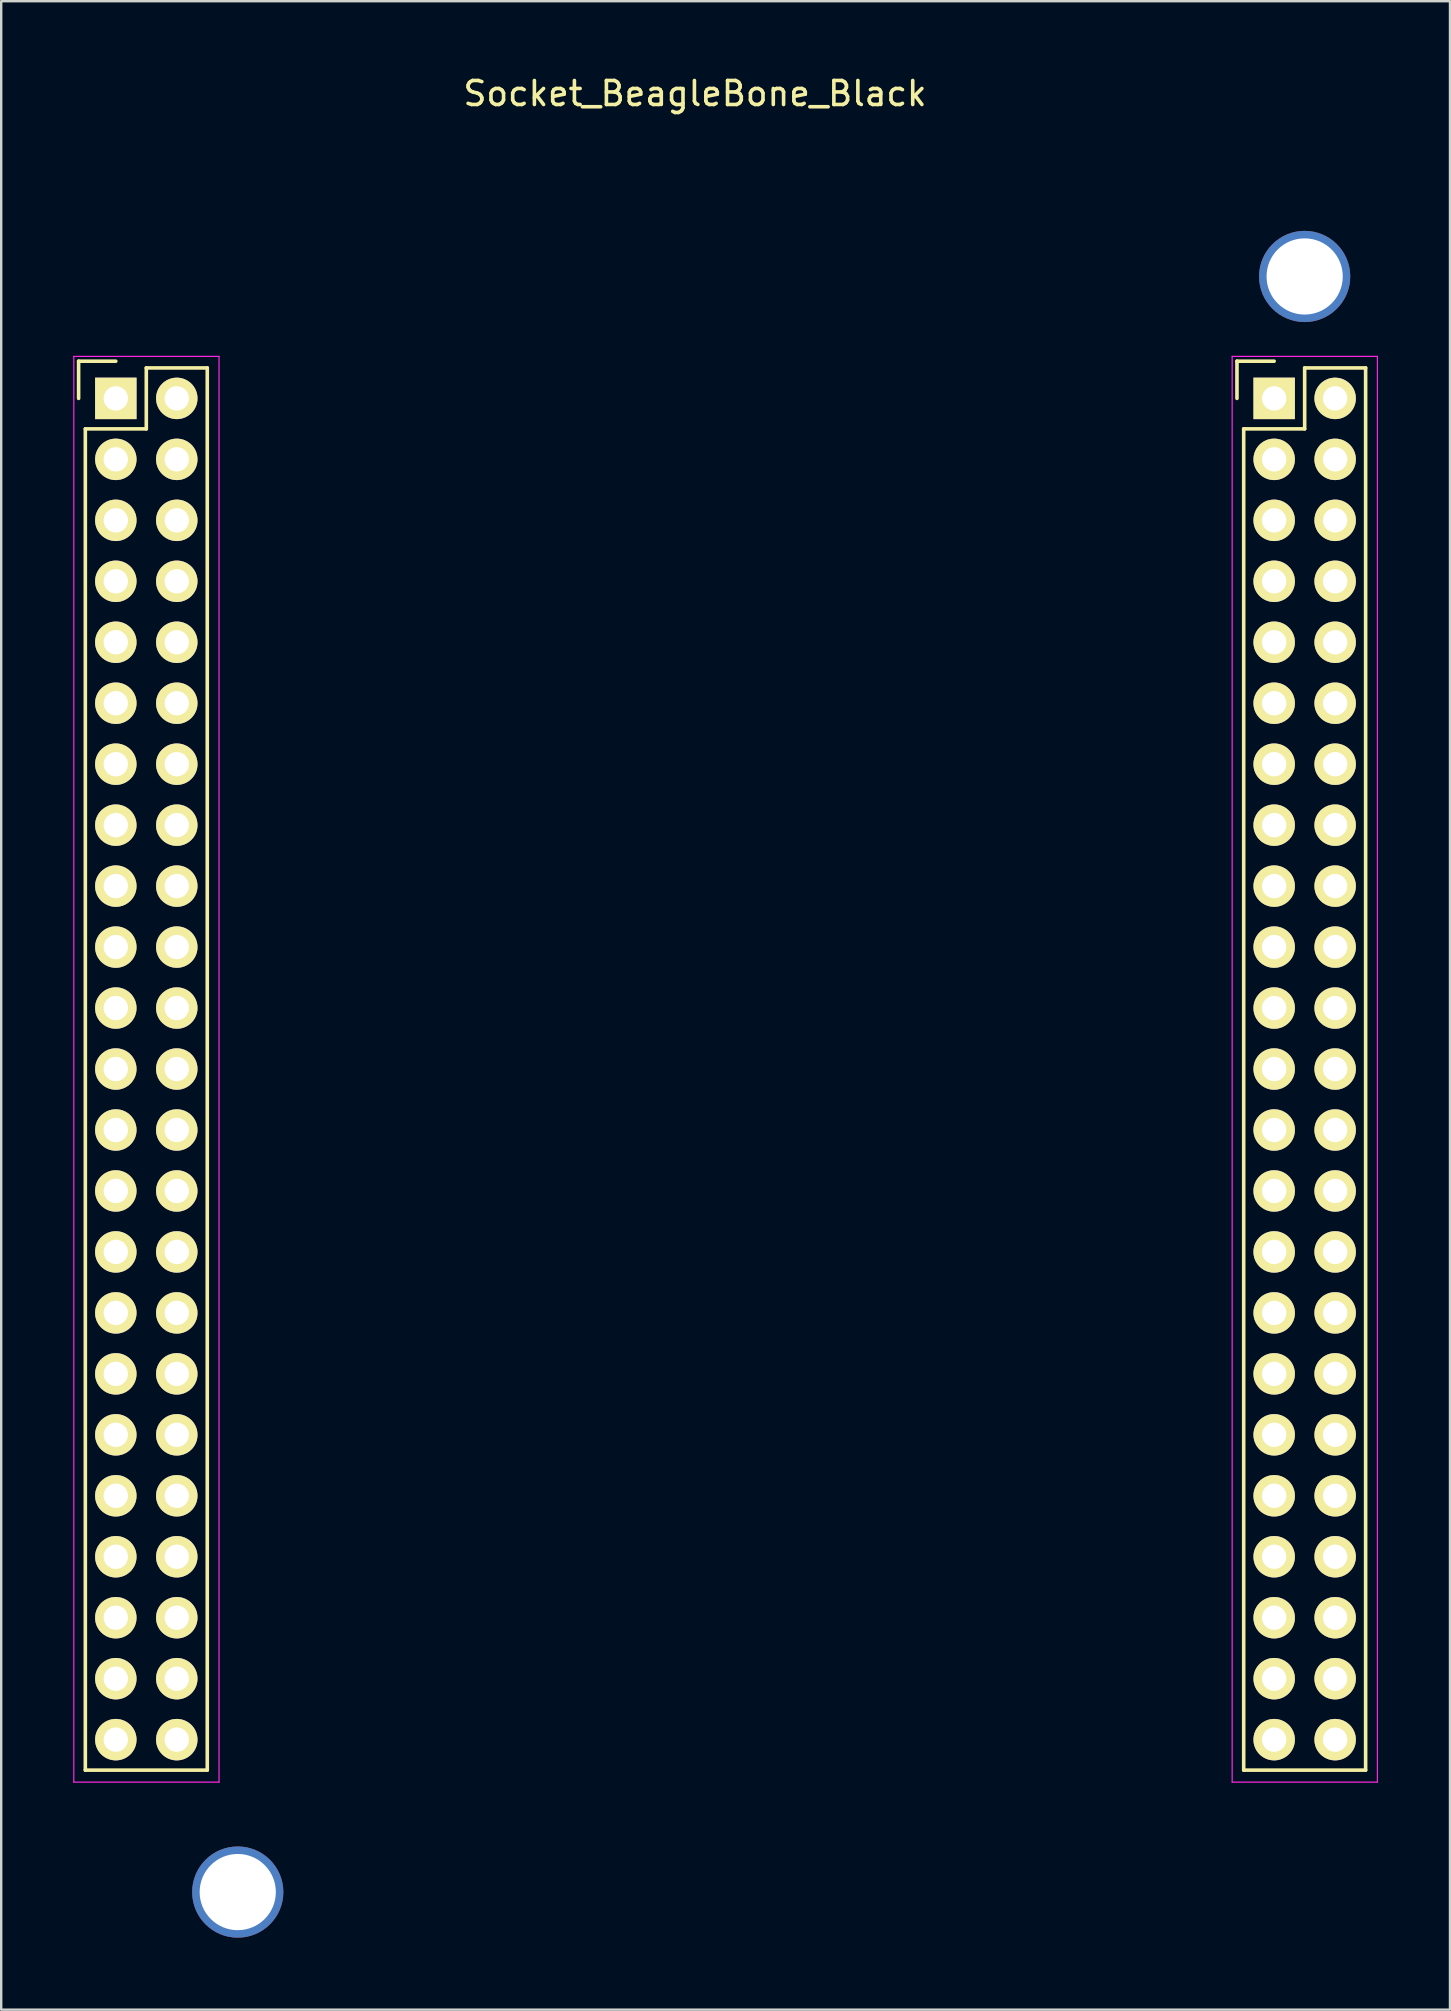
<source format=kicad_pcb>
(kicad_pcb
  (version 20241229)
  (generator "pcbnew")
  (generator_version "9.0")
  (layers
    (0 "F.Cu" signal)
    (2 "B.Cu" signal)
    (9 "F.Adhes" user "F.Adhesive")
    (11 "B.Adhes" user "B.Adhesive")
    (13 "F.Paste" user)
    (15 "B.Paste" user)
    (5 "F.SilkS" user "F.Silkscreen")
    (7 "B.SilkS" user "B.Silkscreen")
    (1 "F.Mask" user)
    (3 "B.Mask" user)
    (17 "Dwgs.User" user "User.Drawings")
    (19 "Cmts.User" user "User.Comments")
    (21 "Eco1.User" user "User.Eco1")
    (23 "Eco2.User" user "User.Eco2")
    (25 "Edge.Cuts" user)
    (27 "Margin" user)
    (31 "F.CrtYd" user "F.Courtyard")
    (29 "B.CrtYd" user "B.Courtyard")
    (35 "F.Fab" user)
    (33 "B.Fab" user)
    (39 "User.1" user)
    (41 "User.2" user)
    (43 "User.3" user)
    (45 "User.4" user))
  (footprint "Socket_BeagleBone_Black"
    (layer "F.Cu")
    (at 1.775 13.548)
    (property "Reference" "Socket_BeagleBone_Black" (at 24.13 -12.7 0) (layer "F.SilkS") (effects (font (size 1 1) (thickness 0.15))))
    (attr through_hole)
    (fp_line (start -1.55 -1.55) (end -1.55 0) (stroke (width 0.15) (type solid)) (layer "F.SilkS"))
    (fp_line (start -1.27 57.15) (end -1.27 1.27) (stroke (width 0.15) (type solid)) (layer "F.SilkS"))
    (fp_line (start 0 -1.55) (end -1.55 -1.55) (stroke (width 0.15) (type solid)) (layer "F.SilkS"))
    (fp_line (start 1.27 -1.27) (end 1.27 1.27) (stroke (width 0.15) (type solid)) (layer "F.SilkS"))
    (fp_line (start 1.27 1.27) (end -1.27 1.27) (stroke (width 0.15) (type solid)) (layer "F.SilkS"))
    (fp_line (start 3.81 -1.27) (end 1.27 -1.27) (stroke (width 0.15) (type solid)) (layer "F.SilkS"))
    (fp_line (start 3.81 57.15) (end -1.27 57.15) (stroke (width 0.15) (type solid)) (layer "F.SilkS"))
    (fp_line (start 3.81 57.15) (end 3.81 -1.27) (stroke (width 0.15) (type solid)) (layer "F.SilkS"))
    (fp_line (start 46.71 -1.55) (end 46.71 0) (stroke (width 0.15) (type solid)) (layer "F.SilkS"))
    (fp_line (start 46.99 57.15) (end 46.99 1.27) (stroke (width 0.15) (type solid)) (layer "F.SilkS"))
    (fp_line (start 48.26 -1.55) (end 46.71 -1.55) (stroke (width 0.15) (type solid)) (layer "F.SilkS"))
    (fp_line (start 49.53 -1.27) (end 49.53 1.27) (stroke (width 0.15) (type solid)) (layer "F.SilkS"))
    (fp_line (start 49.53 1.27) (end 46.99 1.27) (stroke (width 0.15) (type solid)) (layer "F.SilkS"))
    (fp_line (start 52.07 -1.27) (end 49.53 -1.27) (stroke (width 0.15) (type solid)) (layer "F.SilkS"))
    (fp_line (start 52.07 57.15) (end 46.99 57.15) (stroke (width 0.15) (type solid)) (layer "F.SilkS"))
    (fp_line (start 52.07 57.15) (end 52.07 -1.27) (stroke (width 0.15) (type solid)) (layer "F.SilkS"))
    (fp_line (start -1.75 -1.75) (end -1.75 57.65) (stroke (width 0.05) (type solid)) (layer "F.CrtYd"))
    (fp_line (start -1.75 -1.75) (end 4.3 -1.75) (stroke (width 0.05) (type solid)) (layer "F.CrtYd"))
    (fp_line (start -1.75 57.65) (end 4.3 57.65) (stroke (width 0.05) (type solid)) (layer "F.CrtYd"))
    (fp_line (start 4.3 -1.75) (end 4.3 57.65) (stroke (width 0.05) (type solid)) (layer "F.CrtYd"))
    (fp_line (start 46.51 -1.75) (end 46.51 57.65) (stroke (width 0.05) (type solid)) (layer "F.CrtYd"))
    (fp_line (start 46.51 -1.75) (end 52.56 -1.75) (stroke (width 0.05) (type solid)) (layer "F.CrtYd"))
    (fp_line (start 46.51 57.65) (end 52.56 57.65) (stroke (width 0.05) (type solid)) (layer "F.CrtYd"))
    (fp_line (start 52.56 -1.75) (end 52.56 57.65) (stroke (width 0.05) (type solid)) (layer "F.CrtYd"))
    (pad "" np_thru_hole circle (at 5.08 62.23) (size 3.8 3.8) (drill 3.175) (layers "*.Cu" "*.Mask"))
    (pad "" np_thru_hole circle (at 49.53 -5.08) (size 3.8 3.8) (drill 3.175) (layers "*.Cu" "*.Mask"))
    (pad "1" thru_hole rect (at 0 0) (size 1.727 1.727) (drill 1.016) (layers "*.Cu" "*.Mask" "F.SilkS"))
    (pad "2" thru_hole oval (at 2.54 0) (size 1.727 1.727) (drill 1.016) (layers "*.Cu" "*.Mask" "F.SilkS"))
    (pad "3" thru_hole oval (at 0 2.54) (size 1.727 1.727) (drill 1.016) (layers "*.Cu" "*.Mask" "F.SilkS"))
    (pad "4" thru_hole oval (at 2.54 2.54) (size 1.727 1.727) (drill 1.016) (layers "*.Cu" "*.Mask" "F.SilkS"))
    (pad "5" thru_hole oval (at 0 5.08) (size 1.727 1.727) (drill 1.016) (layers "*.Cu" "*.Mask" "F.SilkS"))
    (pad "6" thru_hole oval (at 2.54 5.08) (size 1.727 1.727) (drill 1.016) (layers "*.Cu" "*.Mask" "F.SilkS"))
    (pad "7" thru_hole oval (at 0 7.62) (size 1.727 1.727) (drill 1.016) (layers "*.Cu" "*.Mask" "F.SilkS"))
    (pad "8" thru_hole oval (at 2.54 7.62) (size 1.727 1.727) (drill 1.016) (layers "*.Cu" "*.Mask" "F.SilkS"))
    (pad "9" thru_hole oval (at 0 10.16) (size 1.727 1.727) (drill 1.016) (layers "*.Cu" "*.Mask" "F.SilkS"))
    (pad "10" thru_hole oval (at 2.54 10.16) (size 1.727 1.727) (drill 1.016) (layers "*.Cu" "*.Mask" "F.SilkS"))
    (pad "11" thru_hole oval (at 0 12.7) (size 1.727 1.727) (drill 1.016) (layers "*.Cu" "*.Mask" "F.SilkS"))
    (pad "12" thru_hole oval (at 2.54 12.7) (size 1.727 1.727) (drill 1.016) (layers "*.Cu" "*.Mask" "F.SilkS"))
    (pad "13" thru_hole oval (at 0 15.24) (size 1.727 1.727) (drill 1.016) (layers "*.Cu" "*.Mask" "F.SilkS"))
    (pad "14" thru_hole oval (at 2.54 15.24) (size 1.727 1.727) (drill 1.016) (layers "*.Cu" "*.Mask" "F.SilkS"))
    (pad "15" thru_hole oval (at 0 17.78) (size 1.727 1.727) (drill 1.016) (layers "*.Cu" "*.Mask" "F.SilkS"))
    (pad "16" thru_hole oval (at 2.54 17.78) (size 1.727 1.727) (drill 1.016) (layers "*.Cu" "*.Mask" "F.SilkS"))
    (pad "17" thru_hole oval (at 0 20.32) (size 1.727 1.727) (drill 1.016) (layers "*.Cu" "*.Mask" "F.SilkS"))
    (pad "18" thru_hole oval (at 2.54 20.32) (size 1.727 1.727) (drill 1.016) (layers "*.Cu" "*.Mask" "F.SilkS"))
    (pad "19" thru_hole oval (at 0 22.86) (size 1.727 1.727) (drill 1.016) (layers "*.Cu" "*.Mask" "F.SilkS"))
    (pad "20" thru_hole oval (at 2.54 22.86) (size 1.727 1.727) (drill 1.016) (layers "*.Cu" "*.Mask" "F.SilkS"))
    (pad "21" thru_hole oval (at 0 25.4) (size 1.727 1.727) (drill 1.016) (layers "*.Cu" "*.Mask" "F.SilkS"))
    (pad "22" thru_hole oval (at 2.54 25.4) (size 1.727 1.727) (drill 1.016) (layers "*.Cu" "*.Mask" "F.SilkS"))
    (pad "23" thru_hole oval (at 0 27.94) (size 1.727 1.727) (drill 1.016) (layers "*.Cu" "*.Mask" "F.SilkS"))
    (pad "24" thru_hole oval (at 2.54 27.94) (size 1.727 1.727) (drill 1.016) (layers "*.Cu" "*.Mask" "F.SilkS"))
    (pad "25" thru_hole oval (at 0 30.48) (size 1.727 1.727) (drill 1.016) (layers "*.Cu" "*.Mask" "F.SilkS"))
    (pad "26" thru_hole oval (at 2.54 30.48) (size 1.727 1.727) (drill 1.016) (layers "*.Cu" "*.Mask" "F.SilkS"))
    (pad "27" thru_hole oval (at 0 33.02) (size 1.727 1.727) (drill 1.016) (layers "*.Cu" "*.Mask" "F.SilkS"))
    (pad "28" thru_hole oval (at 2.54 33.02) (size 1.727 1.727) (drill 1.016) (layers "*.Cu" "*.Mask" "F.SilkS"))
    (pad "29" thru_hole oval (at 0 35.56) (size 1.727 1.727) (drill 1.016) (layers "*.Cu" "*.Mask" "F.SilkS"))
    (pad "30" thru_hole oval (at 2.54 35.56) (size 1.727 1.727) (drill 1.016) (layers "*.Cu" "*.Mask" "F.SilkS"))
    (pad "31" thru_hole oval (at 0 38.1) (size 1.727 1.727) (drill 1.016) (layers "*.Cu" "*.Mask" "F.SilkS"))
    (pad "32" thru_hole oval (at 2.54 38.1) (size 1.727 1.727) (drill 1.016) (layers "*.Cu" "*.Mask" "F.SilkS"))
    (pad "33" thru_hole oval (at 0 40.64) (size 1.727 1.727) (drill 1.016) (layers "*.Cu" "*.Mask" "F.SilkS"))
    (pad "34" thru_hole oval (at 2.54 40.64) (size 1.727 1.727) (drill 1.016) (layers "*.Cu" "*.Mask" "F.SilkS"))
    (pad "35" thru_hole oval (at 0 43.18) (size 1.727 1.727) (drill 1.016) (layers "*.Cu" "*.Mask" "F.SilkS"))
    (pad "36" thru_hole oval (at 2.54 43.18) (size 1.727 1.727) (drill 1.016) (layers "*.Cu" "*.Mask" "F.SilkS"))
    (pad "37" thru_hole oval (at 0 45.72) (size 1.727 1.727) (drill 1.016) (layers "*.Cu" "*.Mask" "F.SilkS"))
    (pad "38" thru_hole oval (at 2.54 45.72) (size 1.727 1.727) (drill 1.016) (layers "*.Cu" "*.Mask" "F.SilkS"))
    (pad "39" thru_hole oval (at 0 48.26) (size 1.727 1.727) (drill 1.016) (layers "*.Cu" "*.Mask" "F.SilkS"))
    (pad "40" thru_hole oval (at 2.54 48.26) (size 1.727 1.727) (drill 1.016) (layers "*.Cu" "*.Mask" "F.SilkS"))
    (pad "41" thru_hole oval (at 0 50.8) (size 1.727 1.727) (drill 1.016) (layers "*.Cu" "*.Mask" "F.SilkS"))
    (pad "42" thru_hole oval (at 2.54 50.8) (size 1.727 1.727) (drill 1.016) (layers "*.Cu" "*.Mask" "F.SilkS"))
    (pad "43" thru_hole oval (at 0 53.34) (size 1.727 1.727) (drill 1.016) (layers "*.Cu" "*.Mask" "F.SilkS"))
    (pad "44" thru_hole oval (at 2.54 53.34) (size 1.727 1.727) (drill 1.016) (layers "*.Cu" "*.Mask" "F.SilkS"))
    (pad "45" thru_hole oval (at 0 55.88) (size 1.727 1.727) (drill 1.016) (layers "*.Cu" "*.Mask" "F.SilkS"))
    (pad "46" thru_hole oval (at 2.54 55.88) (size 1.727 1.727) (drill 1.016) (layers "*.Cu" "*.Mask" "F.SilkS"))
    (pad "47" thru_hole rect (at 48.26 0) (size 1.727 1.727) (drill 1.016) (layers "*.Cu" "*.Mask" "F.SilkS"))
    (pad "48" thru_hole oval (at 50.8 0) (size 1.727 1.727) (drill 1.016) (layers "*.Cu" "*.Mask" "F.SilkS"))
    (pad "49" thru_hole oval (at 48.26 2.54) (size 1.727 1.727) (drill 1.016) (layers "*.Cu" "*.Mask" "F.SilkS"))
    (pad "50" thru_hole oval (at 50.8 2.54) (size 1.727 1.727) (drill 1.016) (layers "*.Cu" "*.Mask" "F.SilkS"))
    (pad "51" thru_hole oval (at 48.26 5.08) (size 1.727 1.727) (drill 1.016) (layers "*.Cu" "*.Mask" "F.SilkS"))
    (pad "52" thru_hole oval (at 50.8 5.08) (size 1.727 1.727) (drill 1.016) (layers "*.Cu" "*.Mask" "F.SilkS"))
    (pad "53" thru_hole oval (at 48.26 7.62) (size 1.727 1.727) (drill 1.016) (layers "*.Cu" "*.Mask" "F.SilkS"))
    (pad "54" thru_hole oval (at 50.8 7.62) (size 1.727 1.727) (drill 1.016) (layers "*.Cu" "*.Mask" "F.SilkS"))
    (pad "55" thru_hole oval (at 48.26 10.16) (size 1.727 1.727) (drill 1.016) (layers "*.Cu" "*.Mask" "F.SilkS"))
    (pad "56" thru_hole oval (at 50.8 10.16) (size 1.727 1.727) (drill 1.016) (layers "*.Cu" "*.Mask" "F.SilkS"))
    (pad "57" thru_hole oval (at 48.26 12.7) (size 1.727 1.727) (drill 1.016) (layers "*.Cu" "*.Mask" "F.SilkS"))
    (pad "58" thru_hole oval (at 50.8 12.7) (size 1.727 1.727) (drill 1.016) (layers "*.Cu" "*.Mask" "F.SilkS"))
    (pad "59" thru_hole oval (at 48.26 15.24) (size 1.727 1.727) (drill 1.016) (layers "*.Cu" "*.Mask" "F.SilkS"))
    (pad "60" thru_hole oval (at 50.8 15.24) (size 1.727 1.727) (drill 1.016) (layers "*.Cu" "*.Mask" "F.SilkS"))
    (pad "61" thru_hole oval (at 48.26 17.78) (size 1.727 1.727) (drill 1.016) (layers "*.Cu" "*.Mask" "F.SilkS"))
    (pad "62" thru_hole oval (at 50.8 17.78) (size 1.727 1.727) (drill 1.016) (layers "*.Cu" "*.Mask" "F.SilkS"))
    (pad "63" thru_hole oval (at 48.26 20.32) (size 1.727 1.727) (drill 1.016) (layers "*.Cu" "*.Mask" "F.SilkS"))
    (pad "64" thru_hole oval (at 50.8 20.32) (size 1.727 1.727) (drill 1.016) (layers "*.Cu" "*.Mask" "F.SilkS"))
    (pad "65" thru_hole oval (at 48.26 22.86) (size 1.727 1.727) (drill 1.016) (layers "*.Cu" "*.Mask" "F.SilkS"))
    (pad "66" thru_hole oval (at 50.8 22.86) (size 1.727 1.727) (drill 1.016) (layers "*.Cu" "*.Mask" "F.SilkS"))
    (pad "67" thru_hole oval (at 48.26 25.4) (size 1.727 1.727) (drill 1.016) (layers "*.Cu" "*.Mask" "F.SilkS"))
    (pad "68" thru_hole oval (at 50.8 25.4) (size 1.727 1.727) (drill 1.016) (layers "*.Cu" "*.Mask" "F.SilkS"))
    (pad "69" thru_hole oval (at 48.26 27.94) (size 1.727 1.727) (drill 1.016) (layers "*.Cu" "*.Mask" "F.SilkS"))
    (pad "70" thru_hole oval (at 50.8 27.94) (size 1.727 1.727) (drill 1.016) (layers "*.Cu" "*.Mask" "F.SilkS"))
    (pad "71" thru_hole oval (at 48.26 30.48) (size 1.727 1.727) (drill 1.016) (layers "*.Cu" "*.Mask" "F.SilkS"))
    (pad "72" thru_hole oval (at 50.8 30.48) (size 1.727 1.727) (drill 1.016) (layers "*.Cu" "*.Mask" "F.SilkS"))
    (pad "73" thru_hole oval (at 48.26 33.02) (size 1.727 1.727) (drill 1.016) (layers "*.Cu" "*.Mask" "F.SilkS"))
    (pad "74" thru_hole oval (at 50.8 33.02) (size 1.727 1.727) (drill 1.016) (layers "*.Cu" "*.Mask" "F.SilkS"))
    (pad "75" thru_hole oval (at 48.26 35.56) (size 1.727 1.727) (drill 1.016) (layers "*.Cu" "*.Mask" "F.SilkS"))
    (pad "76" thru_hole oval (at 50.8 35.56) (size 1.727 1.727) (drill 1.016) (layers "*.Cu" "*.Mask" "F.SilkS"))
    (pad "77" thru_hole oval (at 48.26 38.1) (size 1.727 1.727) (drill 1.016) (layers "*.Cu" "*.Mask" "F.SilkS"))
    (pad "78" thru_hole oval (at 50.8 38.1) (size 1.727 1.727) (drill 1.016) (layers "*.Cu" "*.Mask" "F.SilkS"))
    (pad "79" thru_hole oval (at 48.26 40.64) (size 1.727 1.727) (drill 1.016) (layers "*.Cu" "*.Mask" "F.SilkS"))
    (pad "80" thru_hole oval (at 50.8 40.64) (size 1.727 1.727) (drill 1.016) (layers "*.Cu" "*.Mask" "F.SilkS"))
    (pad "81" thru_hole oval (at 48.26 43.18) (size 1.727 1.727) (drill 1.016) (layers "*.Cu" "*.Mask" "F.SilkS"))
    (pad "82" thru_hole oval (at 50.8 43.18) (size 1.727 1.727) (drill 1.016) (layers "*.Cu" "*.Mask" "F.SilkS"))
    (pad "83" thru_hole oval (at 48.26 45.72) (size 1.727 1.727) (drill 1.016) (layers "*.Cu" "*.Mask" "F.SilkS"))
    (pad "84" thru_hole oval (at 50.8 45.72) (size 1.727 1.727) (drill 1.016) (layers "*.Cu" "*.Mask" "F.SilkS"))
    (pad "85" thru_hole oval (at 48.26 48.26) (size 1.727 1.727) (drill 1.016) (layers "*.Cu" "*.Mask" "F.SilkS"))
    (pad "86" thru_hole oval (at 50.8 48.26) (size 1.727 1.727) (drill 1.016) (layers "*.Cu" "*.Mask" "F.SilkS"))
    (pad "87" thru_hole oval (at 48.26 50.8) (size 1.727 1.727) (drill 1.016) (layers "*.Cu" "*.Mask" "F.SilkS"))
    (pad "88" thru_hole oval (at 50.8 50.8) (size 1.727 1.727) (drill 1.016) (layers "*.Cu" "*.Mask" "F.SilkS"))
    (pad "89" thru_hole oval (at 48.26 53.34) (size 1.727 1.727) (drill 1.016) (layers "*.Cu" "*.Mask" "F.SilkS"))
    (pad "90" thru_hole oval (at 50.8 53.34) (size 1.727 1.727) (drill 1.016) (layers "*.Cu" "*.Mask" "F.SilkS"))
    (pad "91" thru_hole oval (at 48.26 55.88) (size 1.727 1.727) (drill 1.016) (layers "*.Cu" "*.Mask" "F.SilkS"))
    (pad "92" thru_hole oval (at 50.8 55.88) (size 1.727 1.727) (drill 1.016) (layers "*.Cu" "*.Mask" "F.SilkS")))
  (gr_rect
    (start -3 -3)
    (end 57.36 80.678)
    (stroke (width 0.1) (type default))
    (fill no)
    (layer "Edge.Cuts")))
</source>
